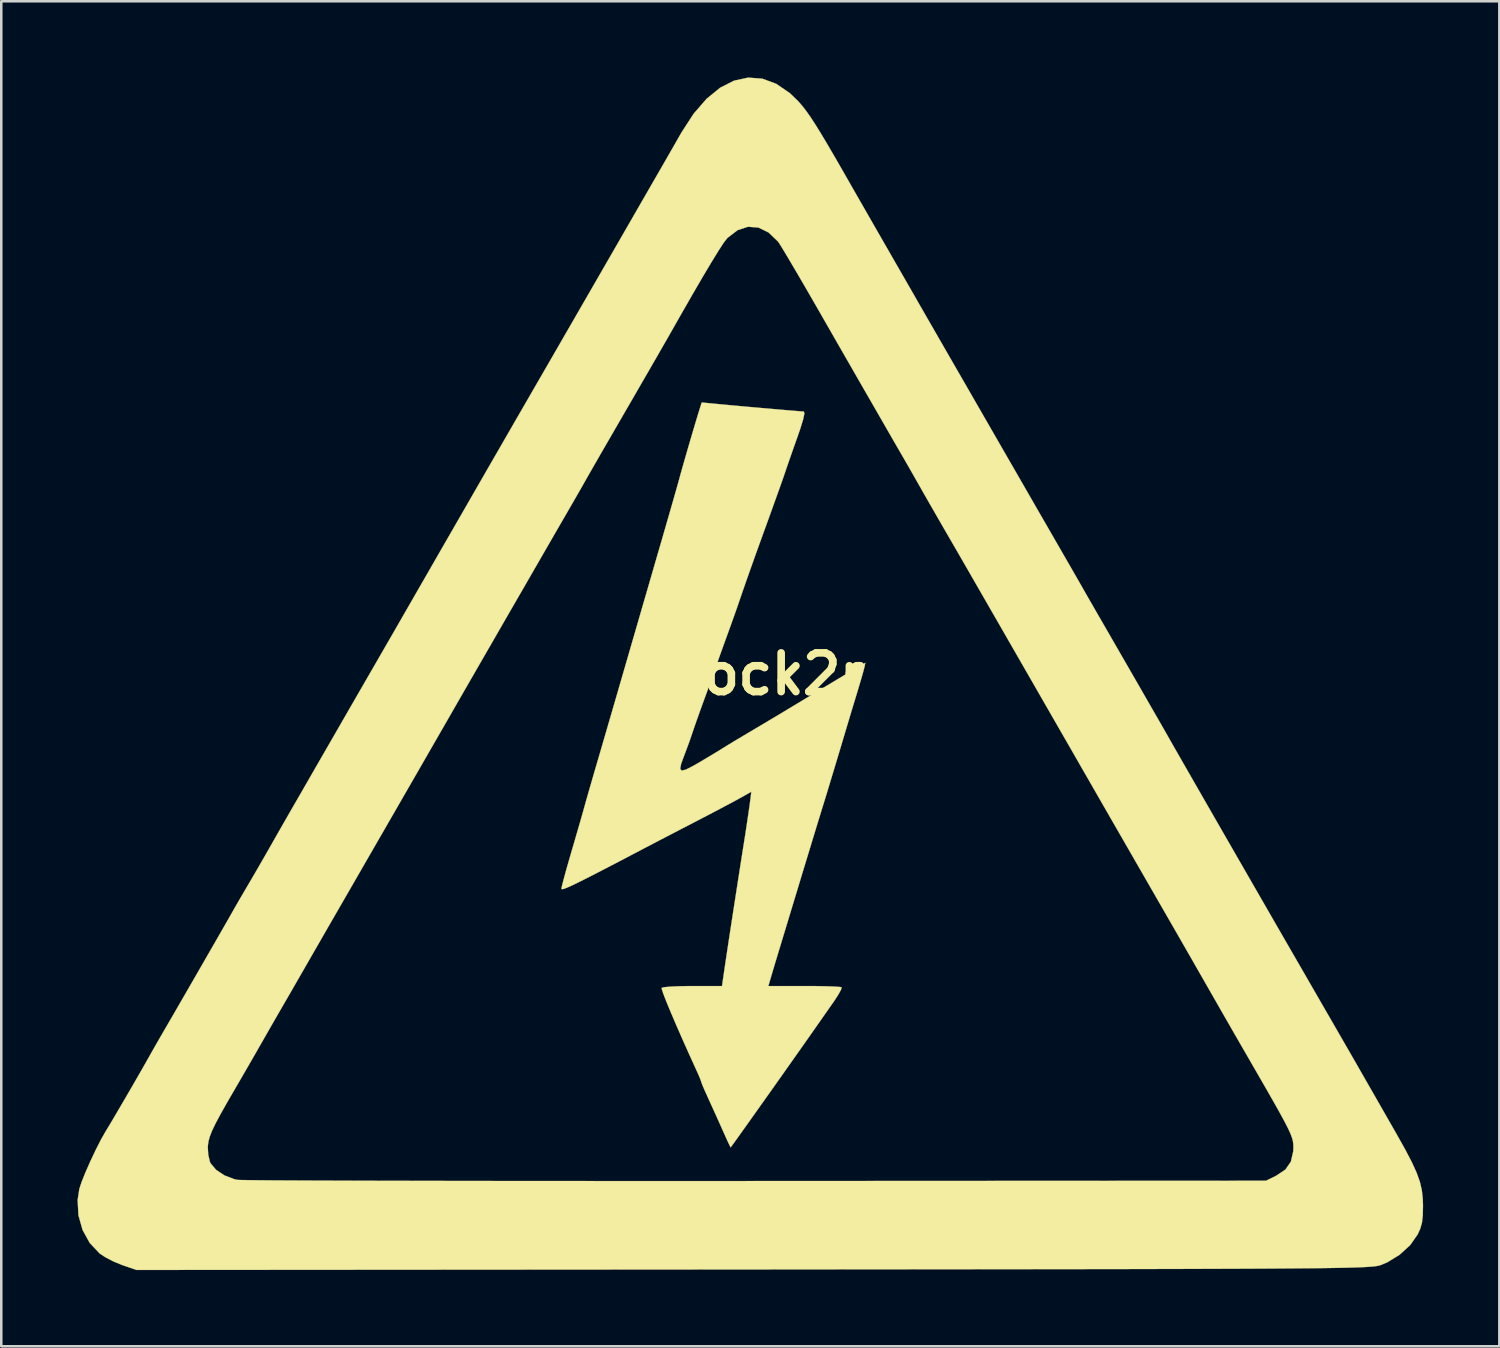
<source format=kicad_pcb>
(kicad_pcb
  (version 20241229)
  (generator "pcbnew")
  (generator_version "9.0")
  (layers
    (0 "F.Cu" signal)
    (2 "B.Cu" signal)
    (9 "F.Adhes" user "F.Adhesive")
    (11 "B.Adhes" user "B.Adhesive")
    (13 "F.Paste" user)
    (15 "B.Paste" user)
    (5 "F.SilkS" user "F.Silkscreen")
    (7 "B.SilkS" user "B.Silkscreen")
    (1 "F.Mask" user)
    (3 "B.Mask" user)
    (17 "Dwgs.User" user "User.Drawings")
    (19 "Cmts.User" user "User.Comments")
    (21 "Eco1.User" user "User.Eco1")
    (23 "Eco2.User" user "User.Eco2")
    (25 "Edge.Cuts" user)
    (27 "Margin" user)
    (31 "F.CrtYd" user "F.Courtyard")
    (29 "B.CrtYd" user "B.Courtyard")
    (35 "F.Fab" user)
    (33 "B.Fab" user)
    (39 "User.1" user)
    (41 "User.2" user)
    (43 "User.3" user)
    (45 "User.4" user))
  (footprint "shock2r"
    (layer "F.Cu")
    (at 26.493 23.477)
    (property "Reference" "shock2r" (at 0 0 0) (layer "F.SilkS") (effects (font (size 1.524 1.524) (thickness 0.3))))
    (attr through_hole)
    (fp_poly (pts (xy -1.366 -10.634) (xy -1.028 -10.602) (xy -0.607 -10.563) (xy -0.133 -10.52) (xy 0.363 -10.476) (xy 0.849 -10.434) (xy 1.295 -10.395) (xy 1.67 -10.364) (xy 1.943 -10.341) (xy 2.083 -10.331) (xy 2.091 -10.331) (xy 2.112 -10.254) (xy 2.065 -10.031) (xy 1.955 -9.67) (xy 1.854 -9.377) (xy 1.702 -8.948) (xy 1.554 -8.525) (xy 1.429 -8.165) (xy 1.359 -7.959) (xy 1.299 -7.782) (xy 1.226 -7.574) (xy 1.134 -7.314) (xy 1.015 -6.982) (xy 0.862 -6.557) (xy 0.669 -6.021) (xy 0.426 -5.352) (xy 0.328 -5.08) (xy 0.173 -4.651) (xy 0.004 -4.175) (xy -0.164 -3.7) (xy -0.313 -3.271) (xy -0.428 -2.937) (xy -0.462 -2.836) (xy -0.536 -2.622) (xy -0.652 -2.294) (xy -0.793 -1.9) (xy -0.929 -1.524) (xy -1.079 -1.11) (xy -1.219 -0.72) (xy -1.332 -0.401) (xy -1.397 -0.212) (xy -1.474 0.013) (xy -1.592 0.344) (xy -1.732 0.729) (xy -1.822 0.974) (xy -1.972 1.386) (xy -2.118 1.796) (xy -2.239 2.143) (xy -2.287 2.286) (xy -2.413 2.654) (xy -2.559 3.049) (xy -2.62 3.209) (xy -2.738 3.53) (xy -2.775 3.725) (xy -2.718 3.799) (xy -2.555 3.761) (xy -2.271 3.616) (xy -2.074 3.504) (xy -1.733 3.302) (xy -1.41 3.109) (xy -1.161 2.957) (xy -1.101 2.918) (xy -0.912 2.801) (xy -0.618 2.623) (xy -0.258 2.408) (xy 0.127 2.18) (xy 0.529 1.941) (xy 1.026 1.645) (xy 1.566 1.32) (xy 2.101 0.998) (xy 2.371 0.835) (xy 2.826 0.559) (xy 3.263 0.296) (xy 3.647 0.065) (xy 3.946 -0.114) (xy 4.097 -0.203) (xy 4.511 -0.444) (xy 4.467 -0.243) (xy 4.423 -0.075) (xy 4.343 0.207) (xy 4.24 0.552) (xy 4.19 0.72) (xy 4.057 1.156) (xy 3.915 1.627) (xy 3.79 2.042) (xy 3.768 2.117) (xy 3.567 2.789) (xy 3.403 3.336) (xy 3.266 3.791) (xy 3.145 4.19) (xy 3.03 4.571) (xy 2.909 4.967) (xy 2.771 5.414) (xy 2.77 5.419) (xy 2.621 5.901) (xy 2.44 6.495) (xy 2.242 7.147) (xy 2.041 7.805) (xy 1.867 8.382) (xy 1.696 8.944) (xy 1.529 9.496) (xy 1.377 9.999) (xy 1.249 10.42) (xy 1.158 10.72) (xy 1.148 10.753) (xy 1.032 11.135) (xy 0.915 11.524) (xy 0.824 11.832) (xy 0.693 12.277) (xy 2.11 12.277) (xy 2.583 12.279) (xy 2.996 12.287) (xy 3.318 12.299) (xy 3.521 12.314) (xy 3.577 12.326) (xy 3.557 12.414) (xy 3.456 12.6) (xy 3.297 12.847) (xy 3.274 12.88) (xy 3.031 13.227) (xy 2.758 13.618) (xy 2.554 13.909) (xy 2.287 14.29) (xy 1.975 14.733) (xy 1.631 15.221) (xy 1.267 15.737) (xy 0.897 16.26) (xy 0.533 16.774) (xy 0.188 17.259) (xy -0.124 17.699) (xy -0.391 18.073) (xy -0.599 18.365) (xy -0.737 18.555) (xy -0.79 18.626) (xy -0.79 18.627) (xy -0.828 18.555) (xy -0.918 18.364) (xy -1.042 18.089) (xy -1.095 17.97) (xy -1.279 17.558) (xy -1.484 17.105) (xy -1.665 16.708) (xy -1.666 16.704) (xy -1.798 16.413) (xy -1.897 16.184) (xy -1.945 16.058) (xy -1.947 16.047) (xy -1.98 15.949) (xy -2.062 15.753) (xy -2.113 15.641) (xy -2.409 14.99) (xy -2.686 14.371) (xy -2.935 13.802) (xy -3.149 13.302) (xy -3.32 12.888) (xy -3.44 12.579) (xy -3.501 12.394) (xy -3.506 12.349) (xy -3.41 12.323) (xy -3.176 12.301) (xy -2.837 12.285) (xy -2.425 12.277) (xy -2.296 12.277) (xy -1.13 12.277) (xy -1.028 11.578) (xy -0.962 11.136) (xy -0.875 10.56) (xy -0.771 9.879) (xy -0.655 9.128) (xy -0.532 8.337) (xy -0.408 7.54) (xy -0.294 6.816) (xy -0.217 6.328) (xy -0.146 5.86) (xy -0.086 5.454) (xy -0.043 5.157) (xy -0.034 5.088) (xy 0.025 4.63) (xy -0.432 4.886) (xy -0.66 5.011) (xy -1.004 5.194) (xy -1.426 5.417) (xy -1.892 5.66) (xy -2.244 5.843) (xy -2.75 6.105) (xy -3.27 6.375) (xy -3.757 6.629) (xy -4.167 6.843) (xy -4.36 6.944) (xy -5.138 7.352) (xy -5.778 7.685) (xy -6.294 7.951) (xy -6.697 8.154) (xy -6.999 8.302) (xy -7.214 8.399) (xy -7.352 8.452) (xy -7.427 8.467) (xy -7.45 8.449) (xy -7.45 8.448) (xy -7.427 8.333) (xy -7.364 8.086) (xy -7.269 7.737) (xy -7.149 7.316) (xy -7.065 7.027) (xy -6.924 6.544) (xy -6.79 6.083) (xy -6.675 5.685) (xy -6.591 5.389) (xy -6.564 5.292) (xy -6.495 5.044) (xy -6.392 4.682) (xy -6.269 4.255) (xy -6.14 3.811) (xy -6.14 3.81) (xy -5.977 3.254) (xy -5.779 2.575) (xy -5.557 1.811) (xy -5.321 1) (xy -5.084 0.183) (xy -4.856 -0.603) (xy -4.649 -1.318) (xy -4.613 -1.439) (xy -4.516 -1.774) (xy -4.381 -2.241) (xy -4.217 -2.808) (xy -4.031 -3.446) (xy -3.835 -4.124) (xy -3.636 -4.81) (xy -3.594 -4.953) (xy -3.409 -5.592) (xy -3.237 -6.188) (xy -3.084 -6.72) (xy -2.957 -7.164) (xy -2.862 -7.5) (xy -2.805 -7.705) (xy -2.794 -7.747) (xy -2.744 -7.929) (xy -2.658 -8.234) (xy -2.546 -8.623) (xy -2.421 -9.055) (xy -2.293 -9.492) (xy -2.173 -9.894) (xy -2.075 -10.221) (xy -2.018 -10.403) (xy -1.928 -10.688) (xy -1.366 -10.634)) (stroke (width 0.01) (type solid)) (fill yes) (layer "F.SilkS"))
    (fp_poly (pts (xy 0.456 -23.431) (xy 1.005 -23.228) (xy 1.54 -22.861) (xy 1.87 -22.542) (xy 2.018 -22.372) (xy 2.17 -22.178) (xy 2.337 -21.943) (xy 2.53 -21.649) (xy 2.758 -21.281) (xy 3.032 -20.822) (xy 3.362 -20.256) (xy 3.758 -19.567) (xy 3.98 -19.177) (xy 4.171 -18.843) (xy 4.426 -18.399) (xy 4.722 -17.882) (xy 5.039 -17.33) (xy 5.356 -16.778) (xy 5.428 -16.653) (xy 5.716 -16.151) (xy 5.987 -15.681) (xy 6.224 -15.268) (xy 6.413 -14.939) (xy 6.539 -14.719) (xy 6.57 -14.663) (xy 6.652 -14.52) (xy 6.808 -14.249) (xy 7.028 -13.867) (xy 7.3 -13.394) (xy 7.614 -12.848) (xy 7.96 -12.247) (xy 8.328 -11.609) (xy 8.358 -11.557) (xy 8.751 -10.874) (xy 9.145 -10.19) (xy 9.526 -9.528) (xy 9.879 -8.915) (xy 10.189 -8.377) (xy 10.442 -7.938) (xy 10.601 -7.662) (xy 10.861 -7.21) (xy 11.176 -6.663) (xy 11.516 -6.073) (xy 11.852 -5.491) (xy 12.064 -5.122) (xy 12.335 -4.652) (xy 12.59 -4.21) (xy 12.811 -3.825) (xy 12.982 -3.527) (xy 13.085 -3.346) (xy 13.086 -3.344) (xy 13.211 -3.125) (xy 13.393 -2.808) (xy 13.601 -2.446) (xy 13.73 -2.223) (xy 14.151 -1.493) (xy 14.561 -0.781) (xy 14.952 -0.103) (xy 15.313 0.523) (xy 15.633 1.081) (xy 15.904 1.552) (xy 16.116 1.92) (xy 16.258 2.168) (xy 16.301 2.244) (xy 16.538 2.661) (xy 16.854 3.214) (xy 17.242 3.891) (xy 17.697 4.684) (xy 18.211 5.579) (xy 18.779 6.567) (xy 19.395 7.637) (xy 20.052 8.779) (xy 20.744 9.98) (xy 21.466 11.231) (xy 22.154 12.425) (xy 22.592 13.184) (xy 22.958 13.817) (xy 23.262 14.346) (xy 23.519 14.791) (xy 23.704 15.113) (xy 23.822 15.318) (xy 24.019 15.662) (xy 24.289 16.134) (xy 24.629 16.727) (xy 25.032 17.432) (xy 25.413 18.098) (xy 25.756 18.71) (xy 26.017 19.21) (xy 26.206 19.625) (xy 26.334 19.984) (xy 26.411 20.316) (xy 26.448 20.649) (xy 26.456 20.913) (xy 26.448 21.307) (xy 26.415 21.593) (xy 26.346 21.832) (xy 26.247 22.049) (xy 25.952 22.471) (xy 25.536 22.851) (xy 25.049 23.15) (xy 24.781 23.261) (xy 24.731 23.275) (xy 24.668 23.289) (xy 24.587 23.302) (xy 24.481 23.314) (xy 24.344 23.325) (xy 24.171 23.335) (xy 23.955 23.345) (xy 23.692 23.354) (xy 23.374 23.362) (xy 22.996 23.369) (xy 22.553 23.376) (xy 22.038 23.382) (xy 21.446 23.387) (xy 20.77 23.392) (xy 20.005 23.397) (xy 19.145 23.401) (xy 18.184 23.404) (xy 17.117 23.408) (xy 15.936 23.411) (xy 14.638 23.414) (xy 13.215 23.416) (xy 11.661 23.418) (xy 9.972 23.42) (xy 8.141 23.422) (xy 6.162 23.424) (xy 4.029 23.426) (xy 1.737 23.428) (xy 0.085 23.43) (xy -24.172 23.449) (xy -24.727 23.259) (xy -25.075 23.117) (xy -25.412 22.941) (xy -25.62 22.802) (xy -26.01 22.39) (xy -26.293 21.877) (xy -26.456 21.3) (xy -26.488 20.697) (xy -26.421 20.262) (xy -26.331 19.987) (xy -26.18 19.61) (xy -25.989 19.176) (xy -25.779 18.732) (xy -25.721 18.619) (xy -21.366 18.619) (xy -21.348 18.916) (xy -21.287 19.179) (xy -21.257 19.251) (xy -21.04 19.509) (xy -20.711 19.729) (xy -20.324 19.877) (xy -20.197 19.904) (xy -20.081 19.91) (xy -19.805 19.914) (xy -19.374 19.919) (xy -18.796 19.924) (xy -18.079 19.928) (xy -17.23 19.932) (xy -16.257 19.935) (xy -15.168 19.939) (xy -13.969 19.941) (xy -12.669 19.944) (xy -11.275 19.946) (xy -9.794 19.948) (xy -8.234 19.949) (xy -6.603 19.95) (xy -4.909 19.951) (xy -3.157 19.951) (xy -1.357 19.951) (xy 0.212 19.95) (xy 20.278 19.939) (xy 20.682 19.74) (xy 21.04 19.5) (xy 21.257 19.189) (xy 21.35 18.78) (xy 21.356 18.614) (xy 21.352 18.496) (xy 21.337 18.378) (xy 21.301 18.244) (xy 21.238 18.078) (xy 21.14 17.866) (xy 20.998 17.59) (xy 20.805 17.236) (xy 20.553 16.788) (xy 20.234 16.23) (xy 19.84 15.547) (xy 19.687 15.282) (xy 19.476 14.917) (xy 19.282 14.581) (xy 19.13 14.316) (xy 19.052 14.182) (xy 18.814 13.767) (xy 18.519 13.253) (xy 18.196 12.688) (xy 17.87 12.119) (xy 17.57 11.596) (xy 17.355 11.218) (xy 17.173 10.902) (xy 16.926 10.471) (xy 16.632 9.959) (xy 16.309 9.398) (xy 15.976 8.82) (xy 15.773 8.467) (xy 15.467 7.935) (xy 15.095 7.289) (xy 14.676 6.561) (xy 14.229 5.784) (xy 13.773 4.991) (xy 13.326 4.213) (xy 12.997 3.641) (xy 12.607 2.961) (xy 12.224 2.296) (xy 11.862 1.666) (xy 11.532 1.092) (xy 11.248 0.598) (xy 11.022 0.205) (xy 10.867 -0.065) (xy 10.855 -0.085) (xy 10.649 -0.443) (xy 10.46 -0.772) (xy 10.312 -1.029) (xy 10.247 -1.143) (xy 10.163 -1.288) (xy 10.01 -1.555) (xy 9.8 -1.92) (xy 9.547 -2.359) (xy 9.266 -2.848) (xy 9.102 -3.133) (xy 8.786 -3.682) (xy 8.467 -4.236) (xy 8.165 -4.759) (xy 7.9 -5.218) (xy 7.692 -5.577) (xy 7.636 -5.673) (xy 7.382 -6.113) (xy 7.091 -6.619) (xy 6.81 -7.11) (xy 6.689 -7.324) (xy 6.477 -7.696) (xy 6.279 -8.044) (xy 6.118 -8.324) (xy 6.036 -8.467) (xy 5.908 -8.688) (xy 5.708 -9.033) (xy 5.45 -9.481) (xy 5.147 -10.008) (xy 4.811 -10.592) (xy 4.455 -11.21) (xy 4.093 -11.84) (xy 3.737 -12.46) (xy 3.4 -13.046) (xy 3.096 -13.577) (xy 2.836 -14.03) (xy 2.798 -14.097) (xy 2.468 -14.671) (xy 2.147 -15.226) (xy 1.847 -15.741) (xy 1.579 -16.196) (xy 1.356 -16.571) (xy 1.19 -16.845) (xy 1.091 -16.999) (xy 1.077 -17.019) (xy 0.703 -17.377) (xy 0.304 -17.572) (xy -0.106 -17.604) (xy -0.513 -17.472) (xy -0.902 -17.175) (xy -0.944 -17.131) (xy -1.069 -16.967) (xy -1.269 -16.659) (xy -1.541 -16.217) (xy -1.881 -15.646) (xy -2.284 -14.954) (xy -2.747 -14.147) (xy -3.136 -13.462) (xy -3.254 -13.254) (xy -3.445 -12.922) (xy -3.694 -12.488) (xy -3.99 -11.975) (xy -4.32 -11.405) (xy -4.669 -10.8) (xy -4.869 -10.456) (xy -5.217 -9.854) (xy -5.546 -9.285) (xy -5.844 -8.77) (xy -6.099 -8.327) (xy -6.299 -7.978) (xy -6.434 -7.743) (xy -6.479 -7.662) (xy -6.624 -7.405) (xy -6.81 -7.08) (xy -6.962 -6.816) (xy -7.101 -6.576) (xy -7.312 -6.211) (xy -7.585 -5.739) (xy -7.907 -5.181) (xy -8.269 -4.554) (xy -8.658 -3.879) (xy -9.064 -3.175) (xy -9.477 -2.461) (xy -9.883 -1.756) (xy -10.273 -1.079) (xy -10.636 -0.45) (xy -10.96 0.112) (xy -11.234 0.588) (xy -11.447 0.958) (xy -11.588 1.204) (xy -11.602 1.228) (xy -11.785 1.547) (xy -12.04 1.991) (xy -12.357 2.541) (xy -12.722 3.176) (xy -13.124 3.874) (xy -13.551 4.615) (xy -13.991 5.379) (xy -14.432 6.144) (xy -14.862 6.89) (xy -15.269 7.596) (xy -15.641 8.242) (xy -15.746 8.424) (xy -16.079 9.001) (xy -16.413 9.58) (xy -16.73 10.13) (xy -17.011 10.619) (xy -17.239 11.015) (xy -17.356 11.218) (xy -17.62 11.678) (xy -17.921 12.201) (xy -18.21 12.702) (xy -18.331 12.912) (xy -18.597 13.372) (xy -18.897 13.894) (xy -19.184 14.395) (xy -19.304 14.605) (xy -19.559 15.051) (xy -19.844 15.545) (xy -20.113 16.009) (xy -20.232 16.214) (xy -20.582 16.816) (xy -20.853 17.295) (xy -21.055 17.672) (xy -21.197 17.968) (xy -21.289 18.202) (xy -21.341 18.397) (xy -21.364 18.572) (xy -21.366 18.619) (xy -25.721 18.619) (xy -25.571 18.323) (xy -25.386 17.996) (xy -25.361 17.956) (xy -25.245 17.766) (xy -25.065 17.462) (xy -24.839 17.077) (xy -24.586 16.645) (xy -24.326 16.197) (xy -24.079 15.768) (xy -23.862 15.39) (xy -23.697 15.097) (xy -23.682 15.071) (xy -23.546 14.829) (xy -23.355 14.495) (xy -23.141 14.124) (xy -23.027 13.928) (xy -22.765 13.476) (xy -22.467 12.961) (xy -22.146 12.405) (xy -21.817 11.834) (xy -21.492 11.27) (xy -21.185 10.736) (xy -20.91 10.258) (xy -20.68 9.857) (xy -20.51 9.559) (xy -20.419 9.398) (xy -20.272 9.14) (xy -20.076 8.801) (xy -19.869 8.448) (xy -19.83 8.382) (xy -19.631 8.043) (xy -19.383 7.616) (xy -19.121 7.161) (xy -18.924 6.816) (xy -18.662 6.355) (xy -18.373 5.849) (xy -18.097 5.368) (xy -17.931 5.08) (xy -17.733 4.738) (xy -17.476 4.291) (xy -17.183 3.782) (xy -16.878 3.253) (xy -16.638 2.836) (xy -16.309 2.265) (xy -15.956 1.652) (xy -15.595 1.026) (xy -15.245 0.419) (xy -14.922 -0.14) (xy -14.645 -0.62) (xy -14.431 -0.991) (xy -14.392 -1.058) (xy -14.308 -1.204) (xy -14.153 -1.472) (xy -13.943 -1.837) (xy -13.692 -2.274) (xy -13.413 -2.76) (xy -13.271 -3.006) (xy -12.804 -3.818) (xy -12.312 -4.674) (xy -11.808 -5.55) (xy -11.304 -6.425) (xy -10.814 -7.277) (xy -10.349 -8.085) (xy -9.922 -8.825) (xy -9.547 -9.475) (xy -9.236 -10.015) (xy -9.079 -10.287) (xy -7.646 -12.768) (xy -6.265 -15.161) (xy -4.951 -17.441) (xy -4.635 -17.99) (xy -4.316 -18.544) (xy -4.015 -19.068) (xy -3.75 -19.526) (xy -3.543 -19.885) (xy -3.488 -19.981) (xy -3.258 -20.381) (xy -3.022 -20.792) (xy -2.816 -21.153) (xy -2.726 -21.311) (xy -2.246 -22.052) (xy -1.735 -22.641) (xy -1.203 -23.075) (xy -0.656 -23.353) (xy -0.1 -23.472) (xy 0.456 -23.431)) (stroke (width 0.01) (type solid)) (fill yes) (layer "F.SilkS")))
  (gr_rect
    (start -3 -3)
    (end 55.954 49.931)
    (stroke (width 0.1) (type default))
    (fill no)
    (layer "Edge.Cuts")))
</source>
